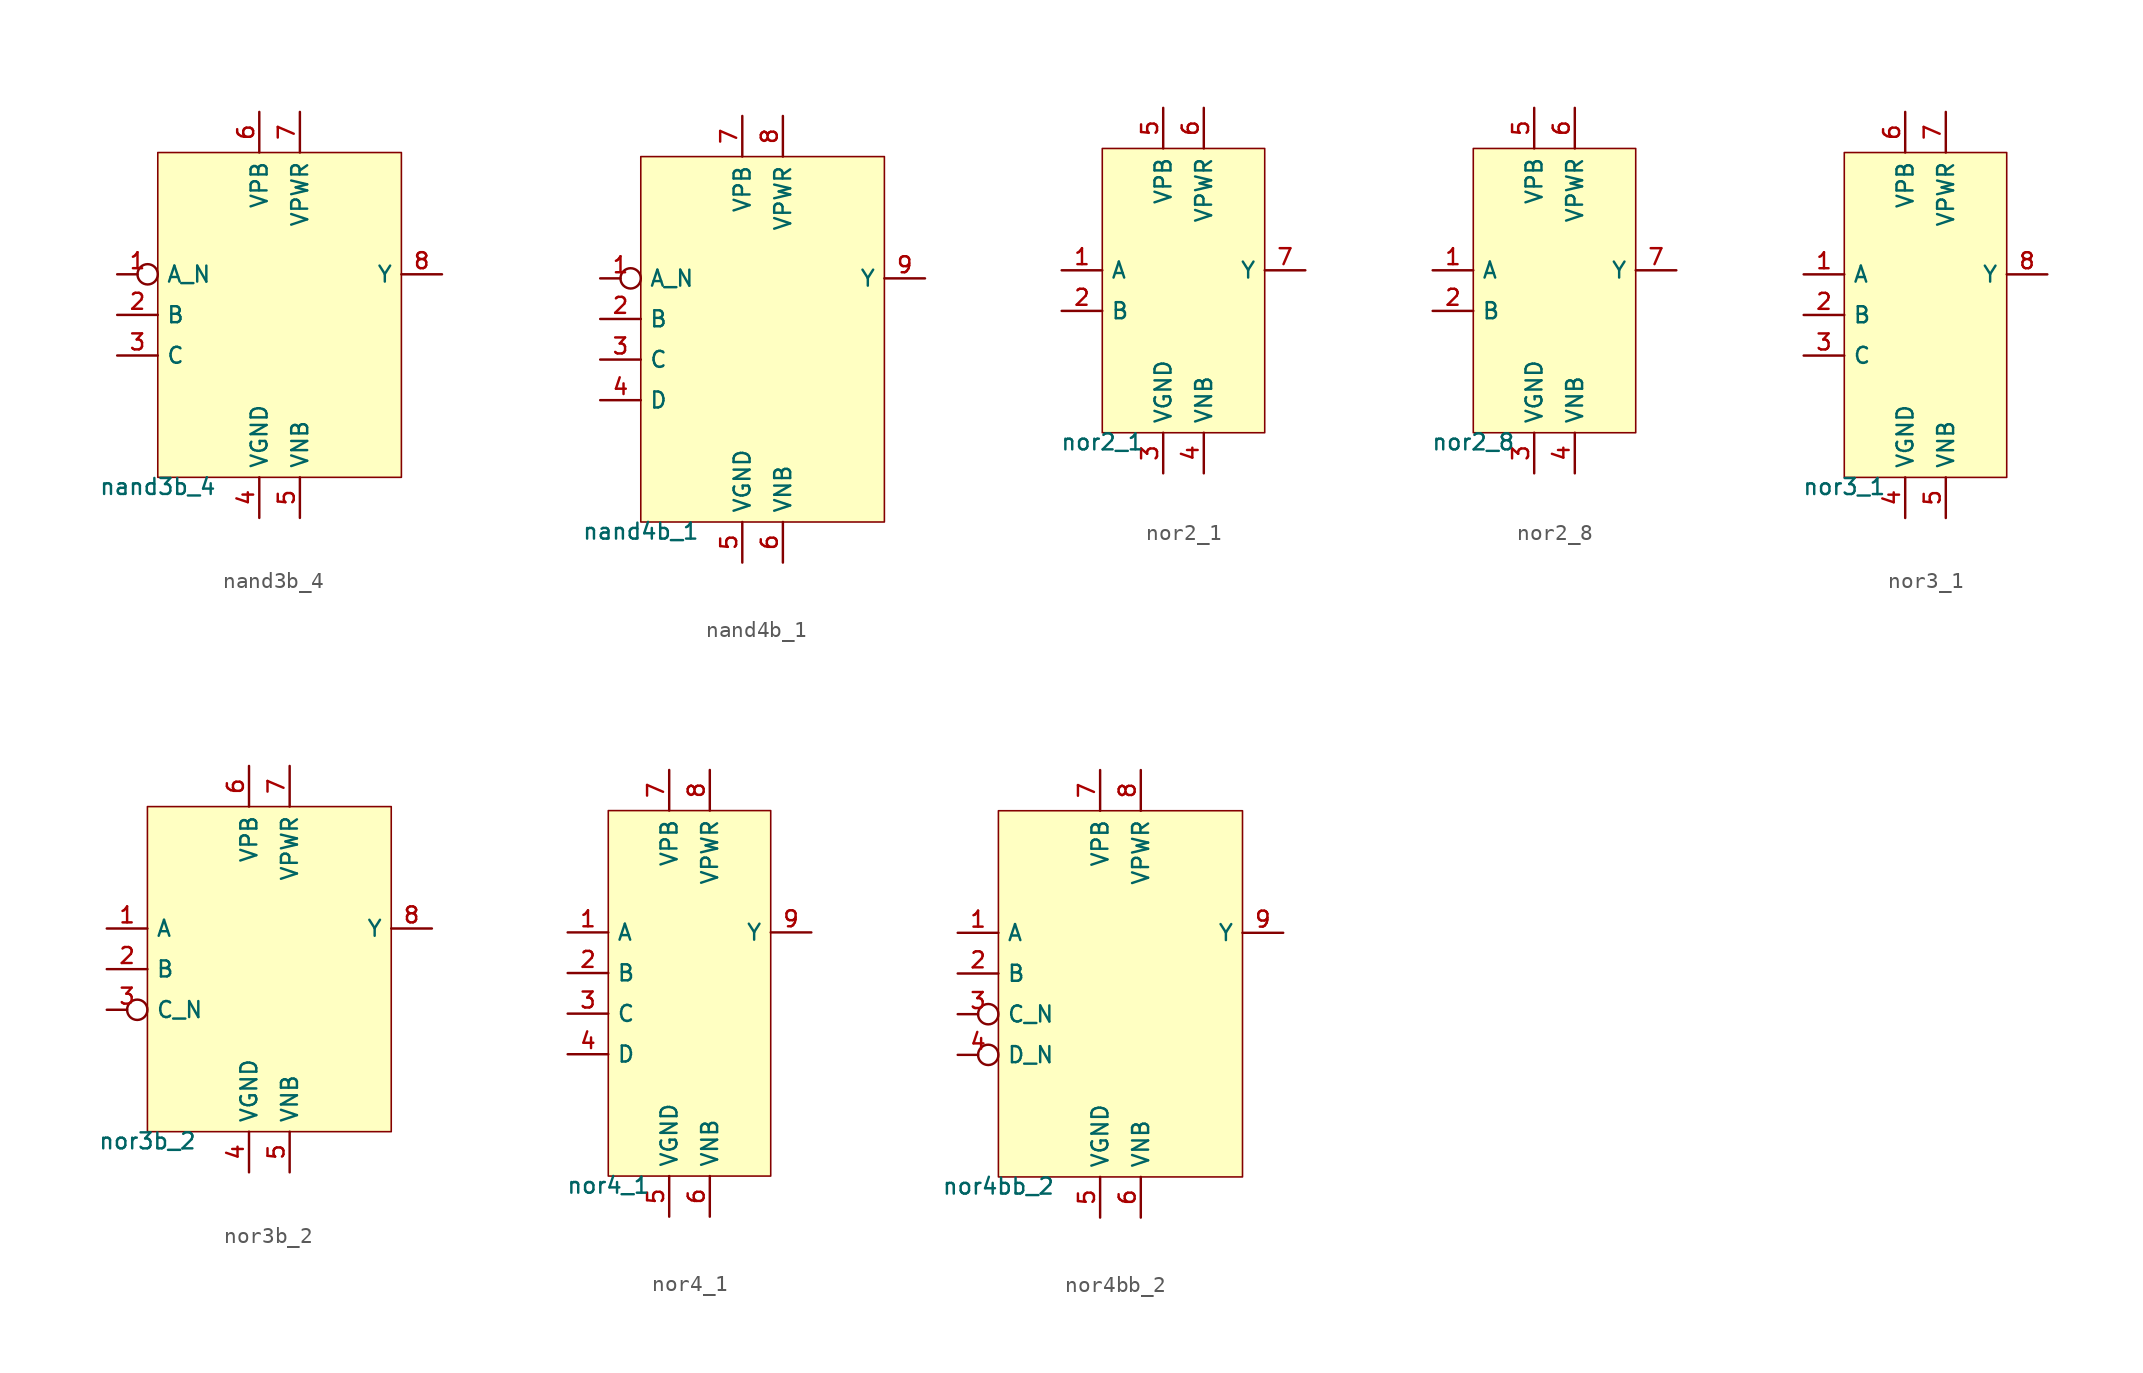
<source format=kicad_sym>
(kicad_symbol_lib
  (version 20211014)
  (generator pdk2kicad)
  (symbol "nand3b_4"
    (property "Reference" "X"
      (at 0 0 0)
      (effects (font (size 1 1)) hide))
    (property "Value" "nand3b_4"
      (at -7.62 -10.16 0)
      (effects (font (size 1 1)) (justify top)))
    (rectangle
      (start -7.62 -10.16)
      (end 7.62 10.16)
      (stroke (width 0.1) (type solid) (color 0 0 0 0))
      (fill (type background)))
    (pin input inverted
      (at -10.16 2.54 0)
      (length 2.54)
      (name "A_N" (effects (font (size 1 1)) hide))
      (number "1" (effects (font (size 1 1)) hide)))
    (pin input line
      (at -10.16 0.0 0)
      (length 2.54)
      (name "B" (effects (font (size 1 1)) hide))
      (number "2" (effects (font (size 1 1)) hide)))
    (pin input line
      (at -10.16 -2.54 0)
      (length 2.54)
      (name "C" (effects (font (size 1 1)) hide))
      (number "3" (effects (font (size 1 1)) hide)))
    (pin power_in line
      (at -1.27 -12.7 90)
      (length 2.54)
      (name "VGND" (effects (font (size 1 1)) hide))
      (number "4" (effects (font (size 1 1)) hide)))
    (pin power_in line
      (at 1.27 -12.7 90)
      (length 2.54)
      (name "VNB" (effects (font (size 1 1)) hide))
      (number "5" (effects (font (size 1 1)) hide)))
    (pin power_in line
      (at -1.27 12.7 270)
      (length 2.54)
      (name "VPB" (effects (font (size 1 1)) hide))
      (number "6" (effects (font (size 1 1)) hide)))
    (pin power_in line
      (at 1.27 12.7 270)
      (length 2.54)
      (name "VPWR" (effects (font (size 1 1)) hide))
      (number "7" (effects (font (size 1 1)) hide)))
    (pin output line
      (at 10.16 2.54 180)
      (length 2.54)
      (name "Y" (effects (font (size 1 1)) hide))
      (number "8" (effects (font (size 1 1)) hide))))
  (symbol "nand4b_1"
    (property "Reference" "X"
      (at 0 0 0)
      (effects (font (size 1 1)) hide))
    (property "Value" "nand4b_1"
      (at -7.62 -11.43 0)
      (effects (font (size 1 1)) (justify top)))
    (rectangle
      (start -7.62 -11.43)
      (end 7.62 11.43)
      (stroke (width 0.1) (type solid) (color 0 0 0 0))
      (fill (type background)))
    (pin input inverted
      (at -10.16 3.81 0)
      (length 2.54)
      (name "A_N" (effects (font (size 1 1)) hide))
      (number "1" (effects (font (size 1 1)) hide)))
    (pin input line
      (at -10.16 1.27 0)
      (length 2.54)
      (name "B" (effects (font (size 1 1)) hide))
      (number "2" (effects (font (size 1 1)) hide)))
    (pin input line
      (at -10.16 -1.27 0)
      (length 2.54)
      (name "C" (effects (font (size 1 1)) hide))
      (number "3" (effects (font (size 1 1)) hide)))
    (pin input line
      (at -10.16 -3.81 0)
      (length 2.54)
      (name "D" (effects (font (size 1 1)) hide))
      (number "4" (effects (font (size 1 1)) hide)))
    (pin power_in line
      (at -1.27 -13.97 90)
      (length 2.54)
      (name "VGND" (effects (font (size 1 1)) hide))
      (number "5" (effects (font (size 1 1)) hide)))
    (pin power_in line
      (at 1.27 -13.97 90)
      (length 2.54)
      (name "VNB" (effects (font (size 1 1)) hide))
      (number "6" (effects (font (size 1 1)) hide)))
    (pin power_in line
      (at -1.27 13.97 270)
      (length 2.54)
      (name "VPB" (effects (font (size 1 1)) hide))
      (number "7" (effects (font (size 1 1)) hide)))
    (pin power_in line
      (at 1.27 13.97 270)
      (length 2.54)
      (name "VPWR" (effects (font (size 1 1)) hide))
      (number "8" (effects (font (size 1 1)) hide)))
    (pin output line
      (at 10.16 3.81 180)
      (length 2.54)
      (name "Y" (effects (font (size 1 1)) hide))
      (number "9" (effects (font (size 1 1)) hide))))
  (symbol "nor2_1"
    (property "Reference" "X"
      (at 0 0 0)
      (effects (font (size 1 1)) hide))
    (property "Value" "nor2_1"
      (at -5.08 -8.89 0)
      (effects (font (size 1 1)) (justify top)))
    (rectangle
      (start -5.08 -8.89)
      (end 5.08 8.89)
      (stroke (width 0.1) (type solid) (color 0 0 0 0))
      (fill (type background)))
    (pin input line
      (at -7.62 1.27 0)
      (length 2.54)
      (name "A" (effects (font (size 1 1)) hide))
      (number "1" (effects (font (size 1 1)) hide)))
    (pin input line
      (at -7.62 -1.27 0)
      (length 2.54)
      (name "B" (effects (font (size 1 1)) hide))
      (number "2" (effects (font (size 1 1)) hide)))
    (pin power_in line
      (at -1.27 -11.43 90)
      (length 2.54)
      (name "VGND" (effects (font (size 1 1)) hide))
      (number "3" (effects (font (size 1 1)) hide)))
    (pin power_in line
      (at 1.27 -11.43 90)
      (length 2.54)
      (name "VNB" (effects (font (size 1 1)) hide))
      (number "4" (effects (font (size 1 1)) hide)))
    (pin power_in line
      (at -1.27 11.43 270)
      (length 2.54)
      (name "VPB" (effects (font (size 1 1)) hide))
      (number "5" (effects (font (size 1 1)) hide)))
    (pin power_in line
      (at 1.27 11.43 270)
      (length 2.54)
      (name "VPWR" (effects (font (size 1 1)) hide))
      (number "6" (effects (font (size 1 1)) hide)))
    (pin output line
      (at 7.62 1.27 180)
      (length 2.54)
      (name "Y" (effects (font (size 1 1)) hide))
      (number "7" (effects (font (size 1 1)) hide))))
  (symbol "nor2_8"
    (property "Reference" "X"
      (at 0 0 0)
      (effects (font (size 1 1)) hide))
    (property "Value" "nor2_8"
      (at -5.08 -8.89 0)
      (effects (font (size 1 1)) (justify top)))
    (rectangle
      (start -5.08 -8.89)
      (end 5.08 8.89)
      (stroke (width 0.1) (type solid) (color 0 0 0 0))
      (fill (type background)))
    (pin input line
      (at -7.62 1.27 0)
      (length 2.54)
      (name "A" (effects (font (size 1 1)) hide))
      (number "1" (effects (font (size 1 1)) hide)))
    (pin input line
      (at -7.62 -1.27 0)
      (length 2.54)
      (name "B" (effects (font (size 1 1)) hide))
      (number "2" (effects (font (size 1 1)) hide)))
    (pin power_in line
      (at -1.27 -11.43 90)
      (length 2.54)
      (name "VGND" (effects (font (size 1 1)) hide))
      (number "3" (effects (font (size 1 1)) hide)))
    (pin power_in line
      (at 1.27 -11.43 90)
      (length 2.54)
      (name "VNB" (effects (font (size 1 1)) hide))
      (number "4" (effects (font (size 1 1)) hide)))
    (pin power_in line
      (at -1.27 11.43 270)
      (length 2.54)
      (name "VPB" (effects (font (size 1 1)) hide))
      (number "5" (effects (font (size 1 1)) hide)))
    (pin power_in line
      (at 1.27 11.43 270)
      (length 2.54)
      (name "VPWR" (effects (font (size 1 1)) hide))
      (number "6" (effects (font (size 1 1)) hide)))
    (pin output line
      (at 7.62 1.27 180)
      (length 2.54)
      (name "Y" (effects (font (size 1 1)) hide))
      (number "7" (effects (font (size 1 1)) hide))))
  (symbol "nor3_1"
    (property "Reference" "X"
      (at 0 0 0)
      (effects (font (size 1 1)) hide))
    (property "Value" "nor3_1"
      (at -5.08 -10.16 0)
      (effects (font (size 1 1)) (justify top)))
    (rectangle
      (start -5.08 -10.16)
      (end 5.08 10.16)
      (stroke (width 0.1) (type solid) (color 0 0 0 0))
      (fill (type background)))
    (pin input line
      (at -7.62 2.54 0)
      (length 2.54)
      (name "A" (effects (font (size 1 1)) hide))
      (number "1" (effects (font (size 1 1)) hide)))
    (pin input line
      (at -7.62 0.0 0)
      (length 2.54)
      (name "B" (effects (font (size 1 1)) hide))
      (number "2" (effects (font (size 1 1)) hide)))
    (pin input line
      (at -7.62 -2.54 0)
      (length 2.54)
      (name "C" (effects (font (size 1 1)) hide))
      (number "3" (effects (font (size 1 1)) hide)))
    (pin power_in line
      (at -1.27 -12.7 90)
      (length 2.54)
      (name "VGND" (effects (font (size 1 1)) hide))
      (number "4" (effects (font (size 1 1)) hide)))
    (pin power_in line
      (at 1.27 -12.7 90)
      (length 2.54)
      (name "VNB" (effects (font (size 1 1)) hide))
      (number "5" (effects (font (size 1 1)) hide)))
    (pin power_in line
      (at -1.27 12.7 270)
      (length 2.54)
      (name "VPB" (effects (font (size 1 1)) hide))
      (number "6" (effects (font (size 1 1)) hide)))
    (pin power_in line
      (at 1.27 12.7 270)
      (length 2.54)
      (name "VPWR" (effects (font (size 1 1)) hide))
      (number "7" (effects (font (size 1 1)) hide)))
    (pin output line
      (at 7.62 2.54 180)
      (length 2.54)
      (name "Y" (effects (font (size 1 1)) hide))
      (number "8" (effects (font (size 1 1)) hide))))
  (symbol "nor3b_2"
    (property "Reference" "X"
      (at 0 0 0)
      (effects (font (size 1 1)) hide))
    (property "Value" "nor3b_2"
      (at -7.62 -10.16 0)
      (effects (font (size 1 1)) (justify top)))
    (rectangle
      (start -7.62 -10.16)
      (end 7.62 10.16)
      (stroke (width 0.1) (type solid) (color 0 0 0 0))
      (fill (type background)))
    (pin input line
      (at -10.16 2.54 0)
      (length 2.54)
      (name "A" (effects (font (size 1 1)) hide))
      (number "1" (effects (font (size 1 1)) hide)))
    (pin input line
      (at -10.16 0.0 0)
      (length 2.54)
      (name "B" (effects (font (size 1 1)) hide))
      (number "2" (effects (font (size 1 1)) hide)))
    (pin input inverted
      (at -10.16 -2.54 0)
      (length 2.54)
      (name "C_N" (effects (font (size 1 1)) hide))
      (number "3" (effects (font (size 1 1)) hide)))
    (pin power_in line
      (at -1.27 -12.7 90)
      (length 2.54)
      (name "VGND" (effects (font (size 1 1)) hide))
      (number "4" (effects (font (size 1 1)) hide)))
    (pin power_in line
      (at 1.27 -12.7 90)
      (length 2.54)
      (name "VNB" (effects (font (size 1 1)) hide))
      (number "5" (effects (font (size 1 1)) hide)))
    (pin power_in line
      (at -1.27 12.7 270)
      (length 2.54)
      (name "VPB" (effects (font (size 1 1)) hide))
      (number "6" (effects (font (size 1 1)) hide)))
    (pin power_in line
      (at 1.27 12.7 270)
      (length 2.54)
      (name "VPWR" (effects (font (size 1 1)) hide))
      (number "7" (effects (font (size 1 1)) hide)))
    (pin output line
      (at 10.16 2.54 180)
      (length 2.54)
      (name "Y" (effects (font (size 1 1)) hide))
      (number "8" (effects (font (size 1 1)) hide))))
  (symbol "nor4_1"
    (property "Reference" "X"
      (at 0 0 0)
      (effects (font (size 1 1)) hide))
    (property "Value" "nor4_1"
      (at -5.08 -11.43 0)
      (effects (font (size 1 1)) (justify top)))
    (rectangle
      (start -5.08 -11.43)
      (end 5.08 11.43)
      (stroke (width 0.1) (type solid) (color 0 0 0 0))
      (fill (type background)))
    (pin input line
      (at -7.62 3.81 0)
      (length 2.54)
      (name "A" (effects (font (size 1 1)) hide))
      (number "1" (effects (font (size 1 1)) hide)))
    (pin input line
      (at -7.62 1.27 0)
      (length 2.54)
      (name "B" (effects (font (size 1 1)) hide))
      (number "2" (effects (font (size 1 1)) hide)))
    (pin input line
      (at -7.62 -1.27 0)
      (length 2.54)
      (name "C" (effects (font (size 1 1)) hide))
      (number "3" (effects (font (size 1 1)) hide)))
    (pin input line
      (at -7.62 -3.81 0)
      (length 2.54)
      (name "D" (effects (font (size 1 1)) hide))
      (number "4" (effects (font (size 1 1)) hide)))
    (pin power_in line
      (at -1.27 -13.97 90)
      (length 2.54)
      (name "VGND" (effects (font (size 1 1)) hide))
      (number "5" (effects (font (size 1 1)) hide)))
    (pin power_in line
      (at 1.27 -13.97 90)
      (length 2.54)
      (name "VNB" (effects (font (size 1 1)) hide))
      (number "6" (effects (font (size 1 1)) hide)))
    (pin power_in line
      (at -1.27 13.97 270)
      (length 2.54)
      (name "VPB" (effects (font (size 1 1)) hide))
      (number "7" (effects (font (size 1 1)) hide)))
    (pin power_in line
      (at 1.27 13.97 270)
      (length 2.54)
      (name "VPWR" (effects (font (size 1 1)) hide))
      (number "8" (effects (font (size 1 1)) hide)))
    (pin output line
      (at 7.62 3.81 180)
      (length 2.54)
      (name "Y" (effects (font (size 1 1)) hide))
      (number "9" (effects (font (size 1 1)) hide))))
  (symbol "nor4bb_2"
    (property "Reference" "X"
      (at 0 0 0)
      (effects (font (size 1 1)) hide))
    (property "Value" "nor4bb_2"
      (at -7.62 -11.43 0)
      (effects (font (size 1 1)) (justify top)))
    (rectangle
      (start -7.62 -11.43)
      (end 7.62 11.43)
      (stroke (width 0.1) (type solid) (color 0 0 0 0))
      (fill (type background)))
    (pin input line
      (at -10.16 3.81 0)
      (length 2.54)
      (name "A" (effects (font (size 1 1)) hide))
      (number "1" (effects (font (size 1 1)) hide)))
    (pin input line
      (at -10.16 1.27 0)
      (length 2.54)
      (name "B" (effects (font (size 1 1)) hide))
      (number "2" (effects (font (size 1 1)) hide)))
    (pin input inverted
      (at -10.16 -1.27 0)
      (length 2.54)
      (name "C_N" (effects (font (size 1 1)) hide))
      (number "3" (effects (font (size 1 1)) hide)))
    (pin input inverted
      (at -10.16 -3.81 0)
      (length 2.54)
      (name "D_N" (effects (font (size 1 1)) hide))
      (number "4" (effects (font (size 1 1)) hide)))
    (pin power_in line
      (at -1.27 -13.97 90)
      (length 2.54)
      (name "VGND" (effects (font (size 1 1)) hide))
      (number "5" (effects (font (size 1 1)) hide)))
    (pin power_in line
      (at 1.27 -13.97 90)
      (length 2.54)
      (name "VNB" (effects (font (size 1 1)) hide))
      (number "6" (effects (font (size 1 1)) hide)))
    (pin power_in line
      (at -1.27 13.97 270)
      (length 2.54)
      (name "VPB" (effects (font (size 1 1)) hide))
      (number "7" (effects (font (size 1 1)) hide)))
    (pin power_in line
      (at 1.27 13.97 270)
      (length 2.54)
      (name "VPWR" (effects (font (size 1 1)) hide))
      (number "8" (effects (font (size 1 1)) hide)))
    (pin output line
      (at 10.16 3.81 180)
      (length 2.54)
      (name "Y" (effects (font (size 1 1)) hide))
      (number "9" (effects (font (size 1 1)) hide)))))
</source>
